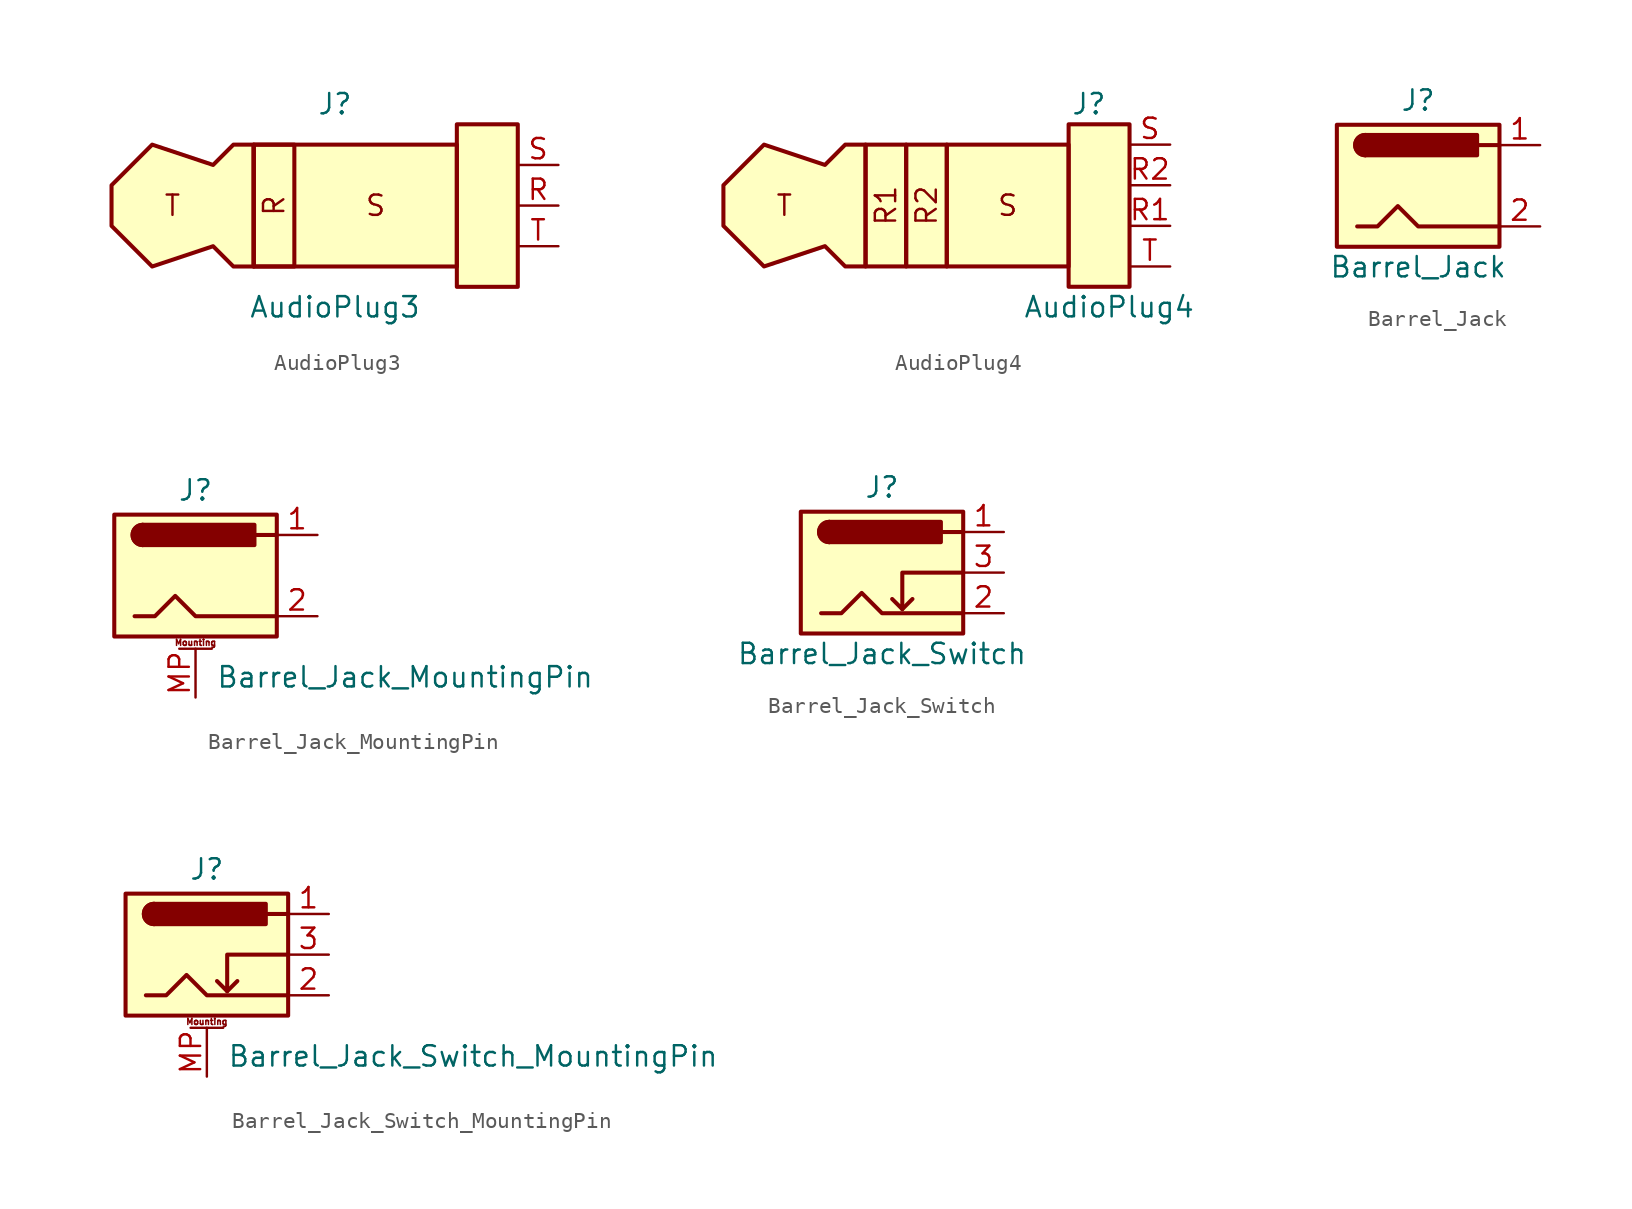
<source format=kicad_sym>
(kicad_symbol_lib
  (version 20220914)
  (generator kicad_symbol_editor)
  (symbol "AudioPlug3"
    (property "Reference" "J"
      (at 1.27 6.35 0)
      (effects (font (size 1.27 1.27))))
    (property "Value" "AudioPlug3"
      (at 1.27 -6.35 0)
      (effects (font (size 1.27 1.27))))
    (symbol "AudioPlug3_0_0"
      (text "R" (at -2.54 0 900) (effects (font (size 1.27 1.27)))))
    (symbol "AudioPlug3_0_1"
      (rectangle (start -3.81 3.81) (end -1.27 -3.81) (stroke (width 0.254) (type solid)) (fill (type none)))
      (rectangle (start -1.27 -1.27) (end -1.27 -1.27) (stroke (width 0) (type solid)) (fill (type none))))
    (symbol "AudioPlug3_1_0"
      (text "S" (at 3.81 0 0) (effects (font (size 1.27 1.27))))
      (text "T" (at -8.89 0 0) (effects (font (size 1.27 1.27)))))
    (symbol "AudioPlug3_1_1"
      (rectangle (start -3.81 3.81) (end 8.89 -3.81) (stroke (width 0.254) (type solid)) (fill (type background)))
      (polyline (pts (xy -3.81 3.81) (xy -5.08 3.81) (xy -6.35 2.54) (xy -10.16 3.81) (xy -12.7 1.27) (xy -12.7 -1.27) (xy -10.16 -3.81) (xy -6.35 -2.54) (xy -5.08 -3.81) (xy -3.81 -3.81) (xy -3.81 3.81)) (stroke (width 0.254) (type solid)) (fill (type background)))
      (rectangle (start 12.7 5.08) (end 8.89 -5.08) (stroke (width 0.254) (type solid)) (fill (type background)))
      (pin passive line (at 15.24 0 180) (length 2.54) (name "~" (effects (font (size 1.27 1.27)))) (number "R" (effects (font (size 1.27 1.27)))))
      (pin passive line (at 15.24 2.54 180) (length 2.54) (name "~" (effects (font (size 1.27 1.27)))) (number "S" (effects (font (size 1.27 1.27)))))
      (pin passive line (at 15.24 -2.54 180) (length 2.54) (name "~" (effects (font (size 1.27 1.27)))) (number "T" (effects (font (size 1.27 1.27)))))))
  (symbol "AudioPlug4"
    (property "Reference" "J"
      (at 10.16 5.08 0)
      (effects (font (size 1.27 1.27))))
    (property "Value" "AudioPlug4"
      (at 11.43 -7.62 0)
      (effects (font (size 1.27 1.27))))
    (symbol "AudioPlug4_0_0"
      (text "R1" (at -2.54 -1.27 900) (effects (font (size 1.27 1.27))))
      (text "R2" (at 0 -1.27 900) (effects (font (size 1.27 1.27))))
      (text "S" (at 5.08 -1.27 0) (effects (font (size 1.27 1.27))))
      (text "T" (at -8.89 -1.27 0) (effects (font (size 1.27 1.27)))))
    (symbol "AudioPlug4_0_1"
      (rectangle (start -1.27 2.54) (end -3.81 -5.08) (stroke (width 0.254) (type solid)) (fill (type background)))
      (polyline (pts (xy -3.81 2.54) (xy -5.08 2.54) (xy -6.35 1.27) (xy -10.16 2.54) (xy -12.7 0) (xy -12.7 -2.54) (xy -10.16 -5.08) (xy -6.35 -3.81) (xy -5.08 -5.08) (xy -3.81 -5.08) (xy -3.81 2.54)) (stroke (width 0.254) (type solid)) (fill (type background)))
      (rectangle (start 1.27 2.54) (end -1.27 -5.08) (stroke (width 0.254) (type solid)) (fill (type background)))
      (rectangle (start 1.27 2.54) (end 8.89 -5.08) (stroke (width 0.254) (type solid)) (fill (type background)))
      (rectangle (start 12.7 3.81) (end 8.89 -6.35) (stroke (width 0.254) (type solid)) (fill (type background))))
    (symbol "AudioPlug4_1_1"
      (pin passive line (at 15.24 -2.54 180) (length 2.54) (name "~" (effects (font (size 1.27 1.27)))) (number "R1" (effects (font (size 1.27 1.27)))))
      (pin passive line (at 15.24 0 180) (length 2.54) (name "~" (effects (font (size 1.27 1.27)))) (number "R2" (effects (font (size 1.27 1.27)))))
      (pin passive line (at 15.24 2.54 180) (length 2.54) (name "~" (effects (font (size 1.27 1.27)))) (number "S" (effects (font (size 1.27 1.27)))))
      (pin passive line (at 15.24 -5.08 180) (length 2.54) (name "~" (effects (font (size 1.27 1.27)))) (number "T" (effects (font (size 1.27 1.27)))))))
  (symbol "Barrel_Jack"
    (pin_names
      (offset 1.016))
    (property "Reference" "J"
      (at 0 5.334 0)
      (effects (font (size 1.27 1.27))))
    (property "Value" "Barrel_Jack"
      (at 0 -5.08 0)
      (effects (font (size 1.27 1.27))))
    (symbol "Barrel_Jack_0_1"
      (rectangle (start -5.08 3.81) (end 5.08 -3.81) (stroke (width 0.254) (type solid)) (fill (type background)))
      (arc (start -3.302 3.175) (mid -3.9343 2.54) (end -3.302 1.905) (stroke (width 0.254) (type solid)) (fill (type none)))
      (arc (start -3.302 3.175) (mid -3.9343 2.54) (end -3.302 1.905) (stroke (width 0.254) (type solid)) (fill (type outline)))
      (polyline (pts (xy 5.08 2.54) (xy 3.81 2.54)) (stroke (width 0.254) (type solid)) (fill (type none)))
      (polyline (pts (xy -3.81 -2.54) (xy -2.54 -2.54) (xy -1.27 -1.27) (xy 0 -2.54) (xy 2.54 -2.54) (xy 5.08 -2.54)) (stroke (width 0.254) (type solid)) (fill (type none)))
      (rectangle (start 3.683 3.175) (end -3.302 1.905) (stroke (width 0.254) (type solid)) (fill (type outline))))
    (symbol "Barrel_Jack_1_1"
      (pin passive line (at 7.62 2.54 180) (length 2.54) (name "~" (effects (font (size 1.27 1.27)))) (number "1" (effects (font (size 1.27 1.27)))))
      (pin passive line (at 7.62 -2.54 180) (length 2.54) (name "~" (effects (font (size 1.27 1.27)))) (number "2" (effects (font (size 1.27 1.27)))))))
  (symbol "Barrel_Jack_MountingPin"
    (pin_names hide)
    (property "Reference" "J"
      (at 0 5.334 0)
      (effects (font (size 1.27 1.27))))
    (property "Value" "Barrel_Jack_MountingPin"
      (at 1.27 -6.35 0)
      (effects (font (size 1.27 1.27)) (justify left)))
    (symbol "Barrel_Jack_MountingPin_0_1"
      (rectangle (start -5.08 3.81) (end 5.08 -3.81) (stroke (width 0.254) (type solid)) (fill (type background)))
      (arc (start -3.302 3.175) (mid -3.9343 2.54) (end -3.302 1.905) (stroke (width 0.254) (type solid)) (fill (type none)))
      (arc (start -3.302 3.175) (mid -3.9343 2.54) (end -3.302 1.905) (stroke (width 0.254) (type solid)) (fill (type outline)))
      (polyline (pts (xy 5.08 2.54) (xy 3.81 2.54)) (stroke (width 0.254) (type solid)) (fill (type none)))
      (polyline (pts (xy -3.81 -2.54) (xy -2.54 -2.54) (xy -1.27 -1.27) (xy 0 -2.54) (xy 2.54 -2.54) (xy 5.08 -2.54)) (stroke (width 0.254) (type solid)) (fill (type none)))
      (rectangle (start 3.683 3.175) (end -3.302 1.905) (stroke (width 0.254) (type solid)) (fill (type outline))))
    (symbol "Barrel_Jack_MountingPin_1_1"
      (polyline (pts (xy -1.016 -4.572) (xy 1.016 -4.572)) (stroke (width 0.152) (type solid)) (fill (type none)))
      (text "Mounting" (at 0 -4.191 0) (effects (font (size 0.381 0.381))))
      (pin passive line (at 7.62 2.54 180) (length 2.54) (name "~" (effects (font (size 1.27 1.27)))) (number "1" (effects (font (size 1.27 1.27)))))
      (pin passive line (at 7.62 -2.54 180) (length 2.54) (name "~" (effects (font (size 1.27 1.27)))) (number "2" (effects (font (size 1.27 1.27)))))
      (pin passive line (at 0 -7.62 90) (length 3.048) (name "MountPin" (effects (font (size 1.27 1.27)))) (number "MP" (effects (font (size 1.27 1.27)))))))
  (symbol "Barrel_Jack_Switch"
    (pin_names hide)
    (property "Reference" "J"
      (at 0 5.334 0)
      (effects (font (size 1.27 1.27))))
    (property "Value" "Barrel_Jack_Switch"
      (at 0 -5.08 0)
      (effects (font (size 1.27 1.27))))
    (symbol "Barrel_Jack_Switch_0_1"
      (rectangle (start -5.08 3.81) (end 5.08 -3.81) (stroke (width 0.254) (type solid)) (fill (type background)))
      (arc (start -3.302 3.175) (mid -3.9343 2.54) (end -3.302 1.905) (stroke (width 0.254) (type solid)) (fill (type none)))
      (arc (start -3.302 3.175) (mid -3.9343 2.54) (end -3.302 1.905) (stroke (width 0.254) (type solid)) (fill (type outline)))
      (polyline (pts (xy 1.27 -2.286) (xy 1.905 -1.651)) (stroke (width 0.254) (type solid)) (fill (type none)))
      (polyline (pts (xy 5.08 2.54) (xy 3.81 2.54)) (stroke (width 0.254) (type solid)) (fill (type none)))
      (polyline (pts (xy 5.08 0) (xy 1.27 0) (xy 1.27 -2.286) (xy 0.635 -1.651)) (stroke (width 0.254) (type solid)) (fill (type none)))
      (polyline (pts (xy -3.81 -2.54) (xy -2.54 -2.54) (xy -1.27 -1.27) (xy 0 -2.54) (xy 2.54 -2.54) (xy 5.08 -2.54)) (stroke (width 0.254) (type solid)) (fill (type none)))
      (rectangle (start 3.683 3.175) (end -3.302 1.905) (stroke (width 0.254) (type solid)) (fill (type outline))))
    (symbol "Barrel_Jack_Switch_1_1"
      (pin passive line (at 7.62 2.54 180) (length 2.54) (name "~" (effects (font (size 1.27 1.27)))) (number "1" (effects (font (size 1.27 1.27)))))
      (pin passive line (at 7.62 -2.54 180) (length 2.54) (name "~" (effects (font (size 1.27 1.27)))) (number "2" (effects (font (size 1.27 1.27)))))
      (pin passive line (at 7.62 0 180) (length 2.54) (name "~" (effects (font (size 1.27 1.27)))) (number "3" (effects (font (size 1.27 1.27)))))))
  (symbol "Barrel_Jack_Switch_MountingPin"
    (pin_names hide)
    (property "Reference" "J"
      (at 0 5.334 0)
      (effects (font (size 1.27 1.27))))
    (property "Value" "Barrel_Jack_Switch_MountingPin"
      (at 1.27 -6.35 0)
      (effects (font (size 1.27 1.27)) (justify left)))
    (symbol "Barrel_Jack_Switch_MountingPin_0_1"
      (rectangle (start -5.08 3.81) (end 5.08 -3.81) (stroke (width 0.254) (type solid)) (fill (type background)))
      (arc (start -3.302 3.175) (mid -3.9343 2.54) (end -3.302 1.905) (stroke (width 0.254) (type solid)) (fill (type none)))
      (arc (start -3.302 3.175) (mid -3.9343 2.54) (end -3.302 1.905) (stroke (width 0.254) (type solid)) (fill (type outline)))
      (polyline (pts (xy 1.27 -2.286) (xy 1.905 -1.651)) (stroke (width 0.254) (type solid)) (fill (type none)))
      (polyline (pts (xy 5.08 2.54) (xy 3.81 2.54)) (stroke (width 0.254) (type solid)) (fill (type none)))
      (polyline (pts (xy 5.08 0) (xy 1.27 0) (xy 1.27 -2.286) (xy 0.635 -1.651)) (stroke (width 0.254) (type solid)) (fill (type none)))
      (polyline (pts (xy -3.81 -2.54) (xy -2.54 -2.54) (xy -1.27 -1.27) (xy 0 -2.54) (xy 2.54 -2.54) (xy 5.08 -2.54)) (stroke (width 0.254) (type solid)) (fill (type none)))
      (rectangle (start 3.683 3.175) (end -3.302 1.905) (stroke (width 0.254) (type solid)) (fill (type outline))))
    (symbol "Barrel_Jack_Switch_MountingPin_1_1"
      (polyline (pts (xy -1.016 -4.572) (xy 1.016 -4.572)) (stroke (width 0.152) (type solid)) (fill (type none)))
      (text "Mounting" (at 0 -4.191 0) (effects (font (size 0.381 0.381))))
      (pin passive line (at 7.62 2.54 180) (length 2.54) (name "~" (effects (font (size 1.27 1.27)))) (number "1" (effects (font (size 1.27 1.27)))))
      (pin passive line (at 7.62 -2.54 180) (length 2.54) (name "~" (effects (font (size 1.27 1.27)))) (number "2" (effects (font (size 1.27 1.27)))))
      (pin passive line (at 7.62 0 180) (length 2.54) (name "~" (effects (font (size 1.27 1.27)))) (number "3" (effects (font (size 1.27 1.27)))))
      (pin passive line (at 0 -7.62 90) (length 3.048) (name "MountPin" (effects (font (size 1.27 1.27)))) (number "MP" (effects (font (size 1.27 1.27))))))))
</source>
